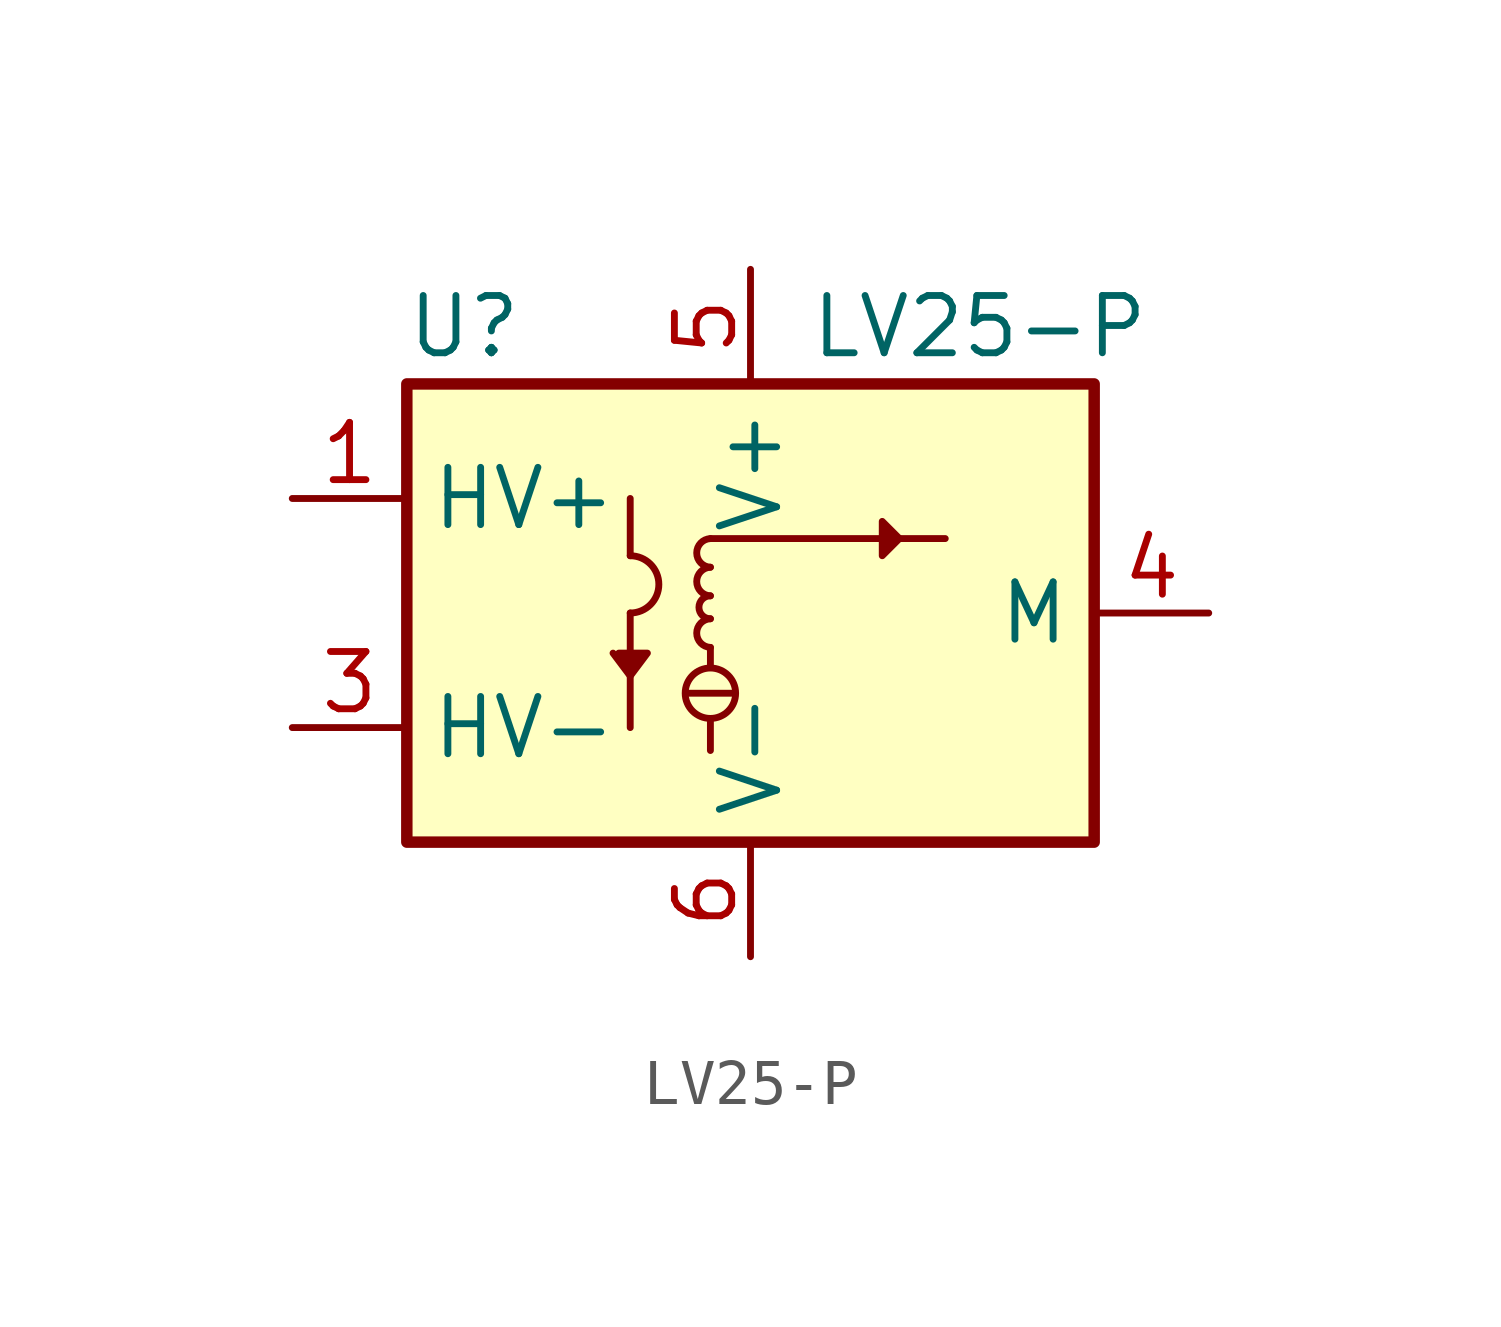
<source format=kicad_sym>
(kicad_symbol_lib
  (version 20231120)
  (generator "kicad_symbol_editor")
  (generator_version "8.0")
  (symbol "LV25-P"
    (property "Reference" "U"
      (at -6.35 6.35 0)
      (effects (font (size 1.27 1.27))))
    (property "Value" "LV25-P"
      (at 5.08 6.35 0)
      (effects (font (size 1.27 1.27))))
    (symbol "LV25-P_0_1"
      (arc (start -2.667 0) (mid -2.0347 0.635) (end -2.667 1.27) (stroke (width 0) (type default)) (fill (type none)))
      (circle (center -0.889 -1.778) (radius 0.559) (stroke (width 0) (type default)) (fill (type none)))
      (arc (start -0.889 -0.127) (mid -1.1938 -0.4318) (end -0.889 -0.762) (stroke (width 0) (type default)) (fill (type none)))
      (arc (start -0.889 0.381) (mid -1.1419 0.127) (end -0.889 -0.127) (stroke (width 0) (type default)) (fill (type none)))
      (arc (start -0.889 1.016) (mid -1.1938 0.7112) (end -0.889 0.381) (stroke (width 0) (type default)) (fill (type none)))
      (arc (start -0.889 1.651) (mid -1.1938 1.3462) (end -0.889 1.016) (stroke (width 0) (type default)) (fill (type none)))
      (polyline (pts (xy -2.667 0) (xy -2.667 -2.54)) (stroke (width 0) (type default)) (fill (type none)))
      (polyline (pts (xy -2.667 2.54) (xy -2.667 1.27)) (stroke (width 0) (type default)) (fill (type none)))
      (polyline (pts (xy -1.397 -1.778) (xy -0.381 -1.778)) (stroke (width 0) (type default)) (fill (type none)))
      (polyline (pts (xy -0.889 -2.413) (xy -0.889 -3.048)) (stroke (width 0) (type default)) (fill (type none)))
      (polyline (pts (xy -0.889 -1.143) (xy -0.889 -0.762)) (stroke (width 0) (type default)) (fill (type none)))
      (polyline (pts (xy -0.889 1.651) (xy 4.318 1.651)) (stroke (width 0) (type default)) (fill (type none)))
      (polyline (pts (xy -2.921 -0.889) (xy -2.286 -0.889) (xy -2.667 -1.397) (xy -3.048 -0.889)) (stroke (width 0) (type default)) (fill (type outline)))
      (polyline (pts (xy 3.302 1.651) (xy 2.921 2.032) (xy 2.921 1.27) (xy 3.302 1.651)) (stroke (width 0) (type default)) (fill (type outline)))
      (rectangle (start 7.62 -5.08) (end -7.62 5.08) (stroke (width 0.254) (type default)) (fill (type background))))
    (symbol "LV25-P_1_1"
      (pin input line (at -10.16 2.54 0) (length 2.54) (name "HV+" (effects (font (size 1.27 1.27)))) (number "1" (effects (font (size 1.27 1.27)))))
      (pin input line (at -10.16 -2.54 0) (length 2.54) (name "HV-" (effects (font (size 1.27 1.27)))) (number "3" (effects (font (size 1.27 1.27)))))
      (pin output line (at 10.16 0 180) (length 2.54) (name "M" (effects (font (size 1.27 1.27)))) (number "4" (effects (font (size 1.27 1.27)))))
      (pin power_in line (at 0 7.62 270) (length 2.54) (name "V+" (effects (font (size 1.27 1.27)))) (number "5" (effects (font (size 1.27 1.27)))))
      (pin power_in line (at 0 -7.62 90) (length 2.54) (name "V-" (effects (font (size 1.27 1.27)))) (number "6" (effects (font (size 1.27 1.27))))))))
</source>
